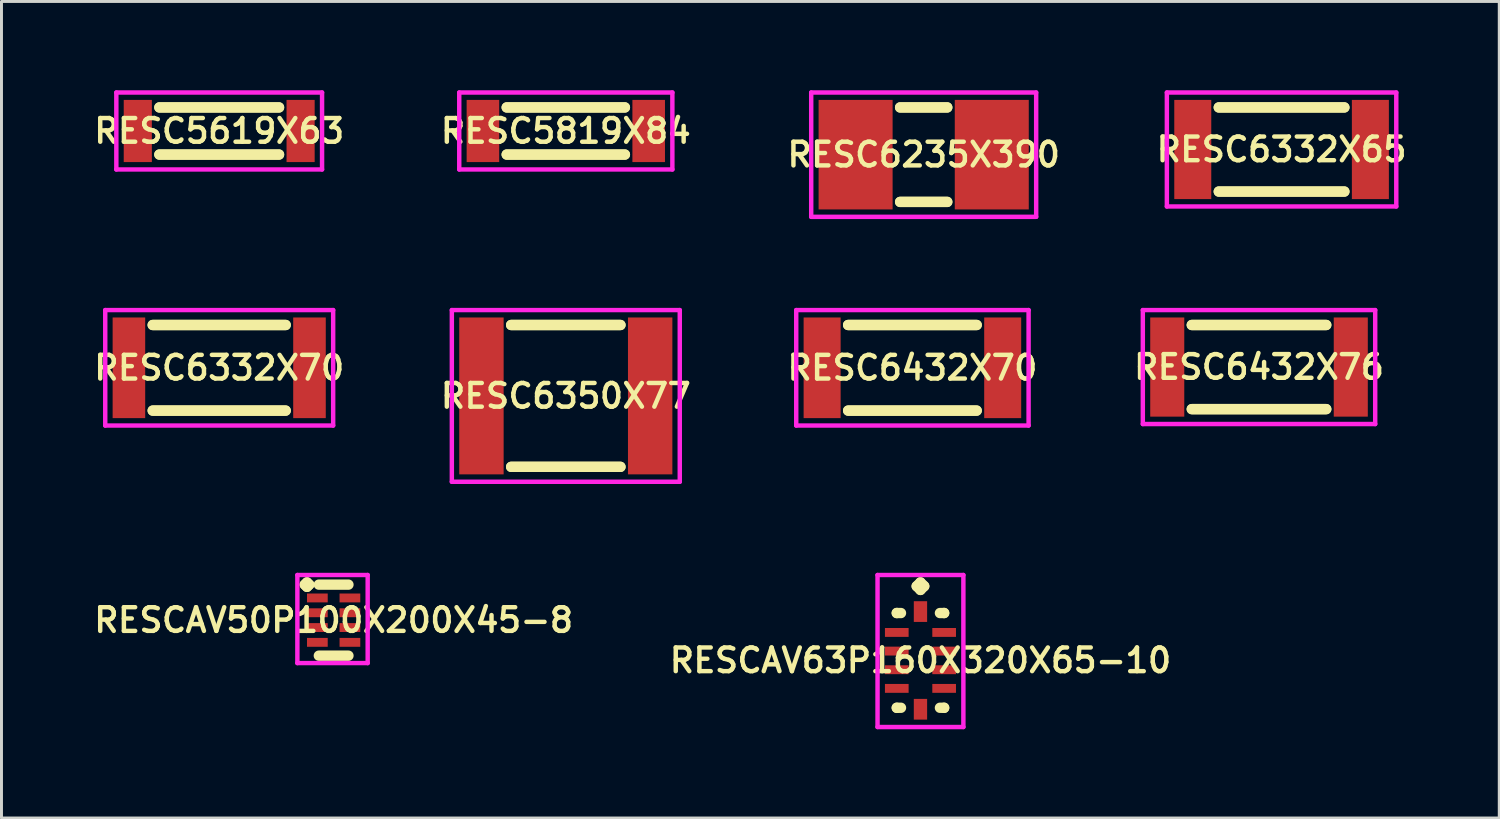
<source format=kicad_pcb>
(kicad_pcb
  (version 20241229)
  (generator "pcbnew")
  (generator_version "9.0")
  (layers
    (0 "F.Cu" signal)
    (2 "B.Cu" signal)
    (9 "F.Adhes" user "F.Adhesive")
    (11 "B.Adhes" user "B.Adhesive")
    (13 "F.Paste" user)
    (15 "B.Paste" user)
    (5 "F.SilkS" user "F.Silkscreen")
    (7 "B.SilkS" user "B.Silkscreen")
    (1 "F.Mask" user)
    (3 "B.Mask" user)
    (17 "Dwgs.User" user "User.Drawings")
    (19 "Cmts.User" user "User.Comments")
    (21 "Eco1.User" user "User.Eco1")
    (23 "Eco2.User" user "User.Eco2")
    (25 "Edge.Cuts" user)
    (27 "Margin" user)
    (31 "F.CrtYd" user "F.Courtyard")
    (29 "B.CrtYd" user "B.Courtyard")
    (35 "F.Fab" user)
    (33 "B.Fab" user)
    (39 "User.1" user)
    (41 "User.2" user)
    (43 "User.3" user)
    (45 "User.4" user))
  (footprint "RESC5619X63"
    (layer "F.Cu")
    (at 4.355 1.375)
    (property "Reference" "RESC5619X63" (at 0 0 0) (layer "F.SilkS") (effects (font (size 0.8 0.8) (thickness 0.15))))
    (attr smd)
    (fp_line (start -2.021 -0.796) (end 2.021 -0.796) (stroke (width 0.35) (type solid)) (layer "F.SilkS"))
    (fp_line (start -2.021 0.796) (end 2.021 0.796) (stroke (width 0.35) (type solid)) (layer "F.SilkS"))
    (fp_line (start 2.021 -0.796) (end -2.021 -0.796) (stroke (width 0.35) (type solid)) (layer "F.SilkS"))
    (fp_line (start 2.021 0.796) (end -2.021 0.796) (stroke (width 0.35) (type solid)) (layer "F.SilkS"))
    (fp_line (start -3.475 -1.3) (end 3.475 -1.3) (stroke (width 0.15) (type solid)) (layer "F.CrtYd"))
    (fp_line (start -3.475 1.3) (end -3.475 -1.3) (stroke (width 0.15) (type solid)) (layer "F.CrtYd"))
    (fp_line (start 3.475 -1.3) (end 3.475 1.3) (stroke (width 0.15) (type solid)) (layer "F.CrtYd"))
    (fp_line (start 3.475 1.3) (end -3.475 1.3) (stroke (width 0.15) (type solid)) (layer "F.CrtYd"))
    (pad "1" smd rect (at -2.75 0) (size 0.95 2.1) (layers "F.Cu" "F.Mask" "F.Paste"))
    (pad "2" smd rect (at 2.75 0) (size 0.95 2.1) (layers "F.Cu" "F.Mask" "F.Paste")))
  (footprint "RESCAV63P160X320X65-10"
    (layer "F.Cu")
    (at 28.045 19.26)
    (property "Reference" "RESCAV63P160X320X65-10" (at 0 0 0) (layer "F.SilkS") (effects (font (size 0.8 0.8) (thickness 0.15))))
    (attr smd)
    (fp_line (start -0.8 -1.603) (end -0.8 -1.6) (stroke (width 0.35) (type solid)) (layer "F.SilkS"))
    (fp_line (start -0.8 -1.6) (end -0.658 -1.6) (stroke (width 0.35) (type solid)) (layer "F.SilkS"))
    (fp_line (start -0.8 1.6) (end -0.658 1.6) (stroke (width 0.35) (type solid)) (layer "F.SilkS"))
    (fp_line (start -0.8 1.603) (end -0.8 1.6) (stroke (width 0.35) (type solid)) (layer "F.SilkS"))
    (fp_line (start -0.127 -2.508) (end 0 -2.635) (stroke (width 0.35) (type solid)) (layer "F.SilkS"))
    (fp_line (start 0 -2.635) (end 0.127 -2.508) (stroke (width 0.35) (type solid)) (layer "F.SilkS"))
    (fp_line (start 0 -2.381) (end -0.127 -2.508) (stroke (width 0.35) (type solid)) (layer "F.SilkS"))
    (fp_line (start 0.127 -2.508) (end 0 -2.381) (stroke (width 0.35) (type solid)) (layer "F.SilkS"))
    (fp_line (start 0.8 -1.603) (end 0.8 -1.6) (stroke (width 0.35) (type solid)) (layer "F.SilkS"))
    (fp_line (start 0.8 -1.6) (end 0.658 -1.6) (stroke (width 0.35) (type solid)) (layer "F.SilkS"))
    (fp_line (start 0.8 1.6) (end 0.658 1.6) (stroke (width 0.35) (type solid)) (layer "F.SilkS"))
    (fp_line (start 0.8 1.603) (end 0.8 1.6) (stroke (width 0.35) (type solid)) (layer "F.SilkS"))
    (fp_line (start -1.45 -2.885) (end 1.45 -2.885) (stroke (width 0.15) (type solid)) (layer "F.CrtYd"))
    (fp_line (start -1.45 2.25) (end -1.45 -2.885) (stroke (width 0.15) (type solid)) (layer "F.CrtYd"))
    (fp_line (start 1.45 -2.885) (end 1.45 2.25) (stroke (width 0.15) (type solid)) (layer "F.CrtYd"))
    (fp_line (start 1.45 2.25) (end -1.45 2.25) (stroke (width 0.15) (type solid)) (layer "F.CrtYd"))
    (pad "1" smd rect (at 0 -1.65) (size 0.45 0.7) (layers "F.Cu" "F.Mask" "F.Paste"))
    (pad "2" smd rect (at -0.8 -0.945) (size 0.8 0.3) (layers "F.Cu" "F.Mask" "F.Paste"))
    (pad "3" smd rect (at -0.8 -0.315) (size 0.8 0.3) (layers "F.Cu" "F.Mask" "F.Paste"))
    (pad "4" smd rect (at -0.8 0.315) (size 0.8 0.3) (layers "F.Cu" "F.Mask" "F.Paste"))
    (pad "5" smd rect (at -0.8 0.945) (size 0.8 0.3) (layers "F.Cu" "F.Mask" "F.Paste"))
    (pad "6" smd rect (at 0 1.65) (size 0.45 0.7) (layers "F.Cu" "F.Mask" "F.Paste"))
    (pad "7" smd rect (at 0.8 0.945) (size 0.8 0.3) (layers "F.Cu" "F.Mask" "F.Paste"))
    (pad "8" smd rect (at 0.8 0.315) (size 0.8 0.3) (layers "F.Cu" "F.Mask" "F.Paste"))
    (pad "9" smd rect (at 0.8 -0.315) (size 0.8 0.3) (layers "F.Cu" "F.Mask" "F.Paste"))
    (pad "10" smd rect (at 0.8 -0.945) (size 0.8 0.3) (layers "F.Cu" "F.Mask" "F.Paste")))
  (footprint "RESC5819X84"
    (layer "F.Cu")
    (at 16.064 1.375)
    (property "Reference" "RESC5819X84" (at 0 0 0) (layer "F.SilkS") (effects (font (size 0.8 0.8) (thickness 0.15))))
    (attr through_hole)
    (fp_line (start -1.996 -0.796) (end 1.996 -0.796) (stroke (width 0.35) (type solid)) (layer "F.SilkS"))
    (fp_line (start -1.996 0.796) (end 1.996 0.796) (stroke (width 0.35) (type solid)) (layer "F.SilkS"))
    (fp_line (start 1.996 -0.796) (end -1.996 -0.796) (stroke (width 0.35) (type solid)) (layer "F.SilkS"))
    (fp_line (start 1.996 0.796) (end -1.996 0.796) (stroke (width 0.35) (type solid)) (layer "F.SilkS"))
    (fp_line (start -3.6 -1.3) (end 3.6 -1.3) (stroke (width 0.15) (type solid)) (layer "F.CrtYd"))
    (fp_line (start -3.6 1.3) (end -3.6 -1.3) (stroke (width 0.15) (type solid)) (layer "F.CrtYd"))
    (fp_line (start 3.6 -1.3) (end 3.6 1.3) (stroke (width 0.15) (type solid)) (layer "F.CrtYd"))
    (fp_line (start 3.6 1.3) (end -3.6 1.3) (stroke (width 0.15) (type solid)) (layer "F.CrtYd"))
    (pad "1" smd rect (at -2.8 0) (size 1.1 2.1) (layers "F.Cu" "F.Mask" "F.Paste"))
    (pad "2" smd rect (at 2.8 0) (size 1.1 2.1) (layers "F.Cu" "F.Mask" "F.Paste")))
  (footprint "RESC6235X390"
    (layer "F.Cu")
    (at 28.154 2.175)
    (property "Reference" "RESC6235X390" (at 0 0 0) (layer "F.SilkS") (effects (font (size 0.8 0.8) (thickness 0.15))))
    (attr through_hole)
    (fp_line (start -0.796 -1.596) (end 0.796 -1.596) (stroke (width 0.35) (type solid)) (layer "F.SilkS"))
    (fp_line (start -0.796 1.596) (end 0.796 1.596) (stroke (width 0.35) (type solid)) (layer "F.SilkS"))
    (fp_line (start 0.796 -1.596) (end -0.796 -1.596) (stroke (width 0.35) (type solid)) (layer "F.SilkS"))
    (fp_line (start 0.796 1.596) (end -0.796 1.596) (stroke (width 0.35) (type solid)) (layer "F.SilkS"))
    (fp_line (start -3.8 -2.1) (end 3.8 -2.1) (stroke (width 0.15) (type solid)) (layer "F.CrtYd"))
    (fp_line (start -3.8 2.1) (end -3.8 -2.1) (stroke (width 0.15) (type solid)) (layer "F.CrtYd"))
    (fp_line (start 3.8 -2.1) (end 3.8 2.1) (stroke (width 0.15) (type solid)) (layer "F.CrtYd"))
    (fp_line (start 3.8 2.1) (end -3.8 2.1) (stroke (width 0.15) (type solid)) (layer "F.CrtYd"))
    (pad "1" smd rect (at -2.3 0) (size 2.5 3.7) (layers "F.Cu" "F.Mask" "F.Paste"))
    (pad "2" smd rect (at 2.3 0) (size 2.5 3.7) (layers "F.Cu" "F.Mask" "F.Paste")))
  (footprint "RESC6350X77"
    (layer "F.Cu")
    (at 16.064 10.325)
    (property "Reference" "RESC6350X77" (at 0 0 0) (layer "F.SilkS") (effects (font (size 0.8 0.8) (thickness 0.15))))
    (attr through_hole)
    (fp_line (start -1.846 -2.396) (end 1.846 -2.396) (stroke (width 0.35) (type solid)) (layer "F.SilkS"))
    (fp_line (start -1.846 2.396) (end 1.846 2.396) (stroke (width 0.35) (type solid)) (layer "F.SilkS"))
    (fp_line (start 1.846 -2.396) (end -1.846 -2.396) (stroke (width 0.35) (type solid)) (layer "F.SilkS"))
    (fp_line (start 1.846 2.396) (end -1.846 2.396) (stroke (width 0.35) (type solid)) (layer "F.SilkS"))
    (fp_line (start -3.85 -2.9) (end 3.85 -2.9) (stroke (width 0.15) (type solid)) (layer "F.CrtYd"))
    (fp_line (start -3.85 2.9) (end -3.85 -2.9) (stroke (width 0.15) (type solid)) (layer "F.CrtYd"))
    (fp_line (start 3.85 -2.9) (end 3.85 2.9) (stroke (width 0.15) (type solid)) (layer "F.CrtYd"))
    (fp_line (start 3.85 2.9) (end -3.85 2.9) (stroke (width 0.15) (type solid)) (layer "F.CrtYd"))
    (pad "1" smd rect (at -2.85 0) (size 1.5 5.3) (layers "F.Cu" "F.Mask" "F.Paste"))
    (pad "2" smd rect (at 2.85 0) (size 1.5 5.3) (layers "F.Cu" "F.Mask" "F.Paste")))
  (footprint "RESC6332X65"
    (layer "F.Cu")
    (at 40.244 2)
    (property "Reference" "RESC6332X65" (at 0 0 0) (layer "F.SilkS") (effects (font (size 0.8 0.8) (thickness 0.15))))
    (attr smd)
    (fp_line (start -2.121 -1.421) (end 2.121 -1.421) (stroke (width 0.35) (type solid)) (layer "F.SilkS"))
    (fp_line (start -2.121 1.421) (end 2.121 1.421) (stroke (width 0.35) (type solid)) (layer "F.SilkS"))
    (fp_line (start 2.121 -1.421) (end -2.121 -1.421) (stroke (width 0.35) (type solid)) (layer "F.SilkS"))
    (fp_line (start 2.121 1.421) (end -2.121 1.421) (stroke (width 0.35) (type solid)) (layer "F.SilkS"))
    (fp_line (start -3.875 -1.925) (end 3.875 -1.925) (stroke (width 0.15) (type solid)) (layer "F.CrtYd"))
    (fp_line (start -3.875 1.925) (end -3.875 -1.925) (stroke (width 0.15) (type solid)) (layer "F.CrtYd"))
    (fp_line (start 3.875 -1.925) (end 3.875 1.925) (stroke (width 0.15) (type solid)) (layer "F.CrtYd"))
    (fp_line (start 3.875 1.925) (end -3.875 1.925) (stroke (width 0.15) (type solid)) (layer "F.CrtYd"))
    (pad "1" smd rect (at -3 0) (size 1.25 3.35) (layers "F.Cu" "F.Mask" "F.Paste"))
    (pad "2" smd rect (at 3 0) (size 1.25 3.35) (layers "F.Cu" "F.Mask" "F.Paste")))
  (footprint "RESC6432X70"
    (layer "F.Cu")
    (at 27.773 9.375)
    (property "Reference" "RESC6432X70" (at 0 0 0) (layer "F.SilkS") (effects (font (size 0.8 0.8) (thickness 0.15))))
    (attr smd)
    (fp_line (start -2.171 -1.446) (end 2.171 -1.446) (stroke (width 0.35) (type solid)) (layer "F.SilkS"))
    (fp_line (start -2.171 1.446) (end 2.171 1.446) (stroke (width 0.35) (type solid)) (layer "F.SilkS"))
    (fp_line (start 2.171 -1.446) (end -2.171 -1.446) (stroke (width 0.35) (type solid)) (layer "F.SilkS"))
    (fp_line (start 2.171 1.446) (end -2.171 1.446) (stroke (width 0.35) (type solid)) (layer "F.SilkS"))
    (fp_line (start -3.925 -1.95) (end 3.925 -1.95) (stroke (width 0.15) (type solid)) (layer "F.CrtYd"))
    (fp_line (start -3.925 1.95) (end -3.925 -1.95) (stroke (width 0.15) (type solid)) (layer "F.CrtYd"))
    (fp_line (start 3.925 -1.95) (end 3.925 1.95) (stroke (width 0.15) (type solid)) (layer "F.CrtYd"))
    (fp_line (start 3.925 1.95) (end -3.925 1.95) (stroke (width 0.15) (type solid)) (layer "F.CrtYd"))
    (pad "1" smd rect (at -3.05 0) (size 1.25 3.4) (layers "F.Cu" "F.Mask" "F.Paste"))
    (pad "2" smd rect (at 3.05 0) (size 1.25 3.4) (layers "F.Cu" "F.Mask" "F.Paste")))
  (footprint "RESC6432X76"
    (layer "F.Cu")
    (at 39.482 9.35)
    (property "Reference" "RESC6432X76" (at 0 0 0) (layer "F.SilkS") (effects (font (size 0.8 0.8) (thickness 0.15))))
    (attr through_hole)
    (fp_line (start -2.271 -1.421) (end 2.271 -1.421) (stroke (width 0.35) (type solid)) (layer "F.SilkS"))
    (fp_line (start -2.271 1.421) (end 2.271 1.421) (stroke (width 0.35) (type solid)) (layer "F.SilkS"))
    (fp_line (start 2.271 -1.421) (end -2.271 -1.421) (stroke (width 0.35) (type solid)) (layer "F.SilkS"))
    (fp_line (start 2.271 1.421) (end -2.271 1.421) (stroke (width 0.35) (type solid)) (layer "F.SilkS"))
    (fp_line (start -3.925 -1.925) (end 3.925 -1.925) (stroke (width 0.15) (type solid)) (layer "F.CrtYd"))
    (fp_line (start -3.925 1.925) (end -3.925 -1.925) (stroke (width 0.15) (type solid)) (layer "F.CrtYd"))
    (fp_line (start 3.925 -1.925) (end 3.925 1.925) (stroke (width 0.15) (type solid)) (layer "F.CrtYd"))
    (fp_line (start 3.925 1.925) (end -3.925 1.925) (stroke (width 0.15) (type solid)) (layer "F.CrtYd"))
    (pad "1" smd rect (at -3.1 0) (size 1.15 3.35) (layers "F.Cu" "F.Mask" "F.Paste"))
    (pad "2" smd rect (at 3.1 0) (size 1.15 3.35) (layers "F.Cu" "F.Mask" "F.Paste")))
  (footprint "RESC6332X70"
    (layer "F.Cu")
    (at 4.355 9.375)
    (property "Reference" "RESC6332X70" (at 0 0 0) (layer "F.SilkS") (effects (font (size 0.8 0.8) (thickness 0.15))))
    (attr through_hole)
    (fp_line (start -2.246 -1.446) (end 2.246 -1.446) (stroke (width 0.35) (type solid)) (layer "F.SilkS"))
    (fp_line (start -2.246 1.446) (end 2.246 1.446) (stroke (width 0.35) (type solid)) (layer "F.SilkS"))
    (fp_line (start 2.246 -1.446) (end -2.246 -1.446) (stroke (width 0.35) (type solid)) (layer "F.SilkS"))
    (fp_line (start 2.246 1.446) (end -2.246 1.446) (stroke (width 0.35) (type solid)) (layer "F.SilkS"))
    (fp_line (start -3.85 -1.95) (end 3.85 -1.95) (stroke (width 0.15) (type solid)) (layer "F.CrtYd"))
    (fp_line (start -3.85 1.95) (end -3.85 -1.95) (stroke (width 0.15) (type solid)) (layer "F.CrtYd"))
    (fp_line (start 3.85 -1.95) (end 3.85 1.95) (stroke (width 0.15) (type solid)) (layer "F.CrtYd"))
    (fp_line (start 3.85 1.95) (end -3.85 1.95) (stroke (width 0.15) (type solid)) (layer "F.CrtYd"))
    (pad "1" smd rect (at -3.05 0) (size 1.1 3.4) (layers "F.Cu" "F.Mask" "F.Paste"))
    (pad "2" smd rect (at 3.05 0) (size 1.1 3.4) (layers "F.Cu" "F.Mask" "F.Paste")))
  (footprint "RESCAV50P100X200X45-8"
    (layer "F.Cu")
    (at 8.221 17.9)
    (property "Reference" "RESCAV50P100X200X45-8" (at 0 0 0) (layer "F.SilkS") (effects (font (size 0.8 0.8) (thickness 0.15))))
    (attr smd)
    (fp_line (start -0.975 -1.2) (end -0.9 -1.275) (stroke (width 0.35) (type solid)) (layer "F.SilkS"))
    (fp_line (start -0.9 -1.275) (end -0.825 -1.2) (stroke (width 0.35) (type solid)) (layer "F.SilkS"))
    (fp_line (start -0.9 -1.125) (end -0.975 -1.2) (stroke (width 0.35) (type solid)) (layer "F.SilkS"))
    (fp_line (start -0.825 -1.2) (end -0.9 -1.125) (stroke (width 0.35) (type solid)) (layer "F.SilkS"))
    (fp_line (start -0.5 -1.2) (end 0.5 -1.2) (stroke (width 0.35) (type solid)) (layer "F.SilkS"))
    (fp_line (start -0.5 1.2) (end 0.5 1.2) (stroke (width 0.35) (type solid)) (layer "F.SilkS"))
    (fp_line (start -1.225 -1.525) (end 1.15 -1.525) (stroke (width 0.15) (type solid)) (layer "F.CrtYd"))
    (fp_line (start -1.225 1.45) (end -1.225 -1.525) (stroke (width 0.15) (type solid)) (layer "F.CrtYd"))
    (fp_line (start 1.15 -1.525) (end 1.15 1.45) (stroke (width 0.15) (type solid)) (layer "F.CrtYd"))
    (fp_line (start 1.15 1.45) (end -1.225 1.45) (stroke (width 0.15) (type solid)) (layer "F.CrtYd"))
    (pad "1" smd rect (at -0.55 -0.75) (size 0.7 0.3) (layers "F.Cu" "F.Mask" "F.Paste"))
    (pad "2" smd rect (at -0.55 -0.25) (size 0.7 0.3) (layers "F.Cu" "F.Mask" "F.Paste"))
    (pad "3" smd rect (at -0.55 0.25) (size 0.7 0.3) (layers "F.Cu" "F.Mask" "F.Paste"))
    (pad "4" smd rect (at -0.55 0.75) (size 0.7 0.3) (layers "F.Cu" "F.Mask" "F.Paste"))
    (pad "5" smd rect (at 0.55 0.75) (size 0.7 0.3) (layers "F.Cu" "F.Mask" "F.Paste"))
    (pad "6" smd rect (at 0.55 0.25) (size 0.7 0.3) (layers "F.Cu" "F.Mask" "F.Paste"))
    (pad "7" smd rect (at 0.55 -0.25) (size 0.7 0.3) (layers "F.Cu" "F.Mask" "F.Paste"))
    (pad "8" smd rect (at 0.55 -0.75) (size 0.7 0.3) (layers "F.Cu" "F.Mask" "F.Paste")))
  (gr_rect
    (start -3 -3)
    (end 47.598 24.585)
    (stroke (width 0.1) (type default))
    (fill no)
    (layer "Edge.Cuts")))
</source>
